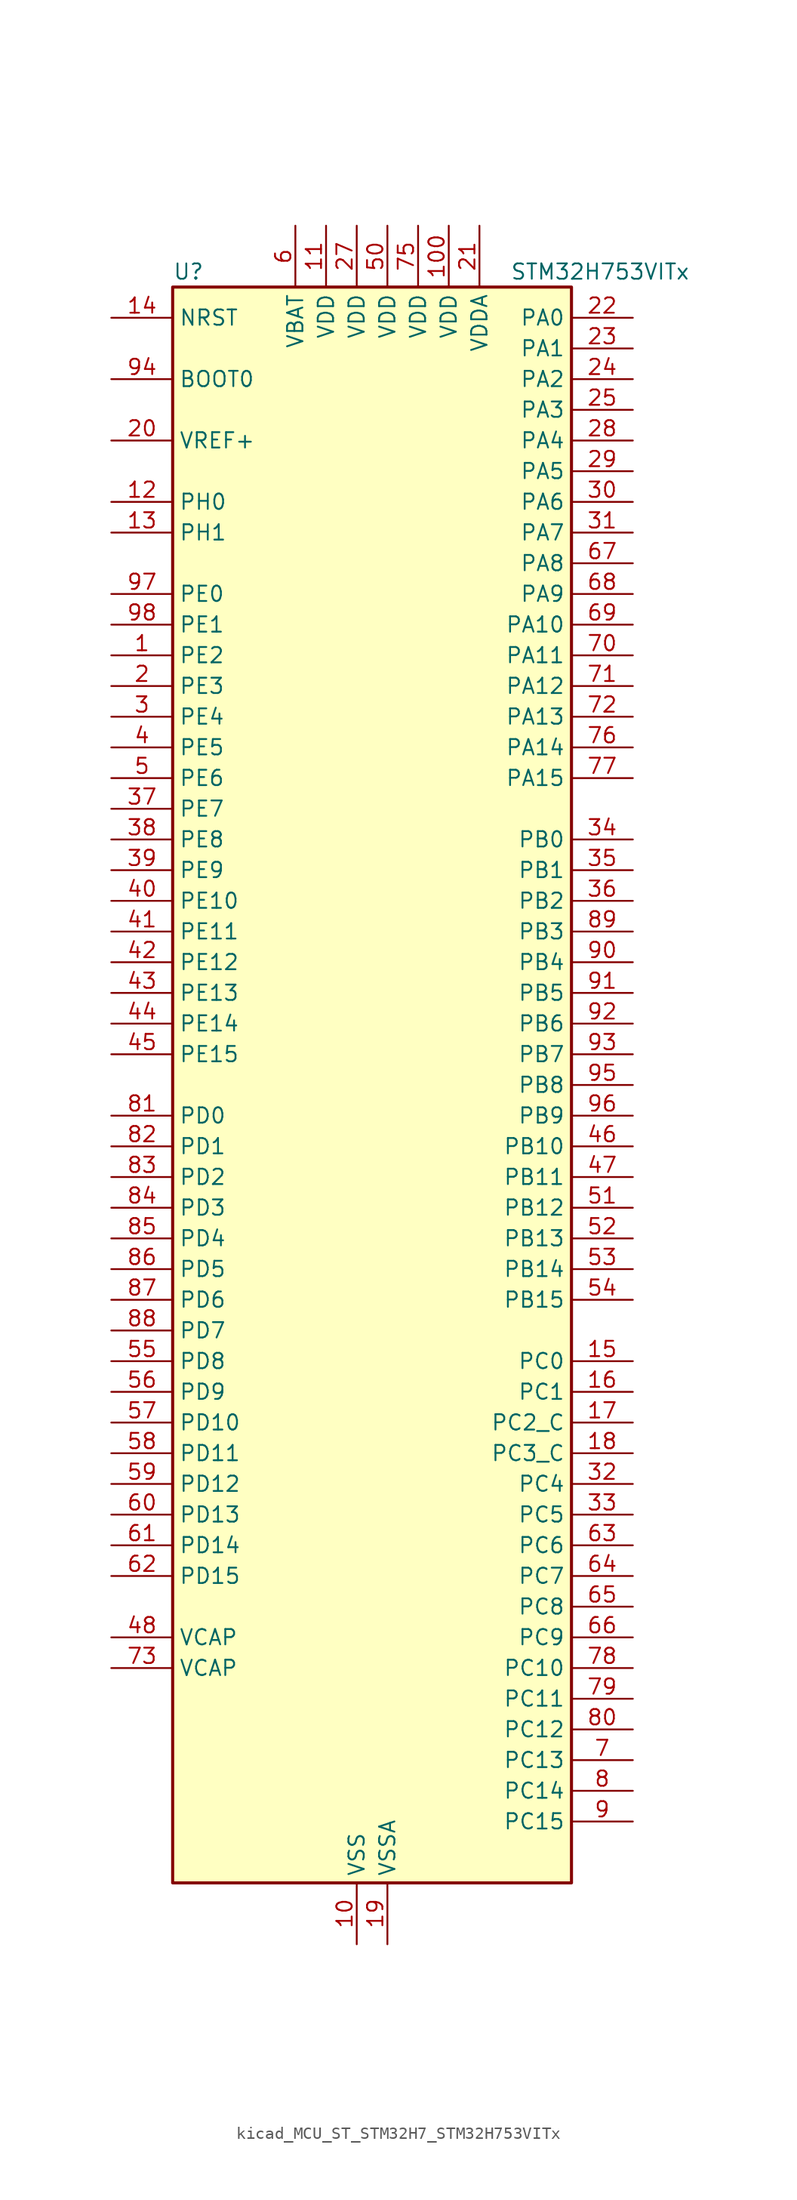
<source format=kicad_sym>
(kicad_symbol_lib
  (version 20220914)
  (generator kicad_symbol_editor)
  (symbol "kicad_MCU_ST_STM32H7_STM32H753VITx"
    (property "Reference" "U"
      (at -15.24 67.31 0)
      (effects (font (size 1.27 1.27)) (justify left)))
    (property "Value" "STM32H753VITx"
      (at 12.7 67.31 0)
      (effects (font (size 1.27 1.27)) (justify left)))
    (property "ki_locked" ""
      (at 0 0 0)
      (effects (font (size 1.27 1.27))))
    (symbol "kicad_MCU_ST_STM32H7_STM32H753VITx_0_1"
      (rectangle (start -15.24 -66.04) (end 17.78 66.04) (stroke (width 0.254) (type default)) (fill (type background))))
    (symbol "kicad_MCU_ST_STM32H7_STM32H753VITx_1_1"
      (pin bidirectional line (at -20.32 35.56 0) (length 5.08) (name "PE2" (effects (font (size 1.27 1.27)))) (number "1" (effects (font (size 1.27 1.27)))) (alternate "DEBUG_TRACECLK" bidirectional line) (alternate "ETH_TXD3" bidirectional line) (alternate "FMC_A23" bidirectional line) (alternate "QUADSPI_BK1_IO2" bidirectional line) (alternate "SAI1_CK1" bidirectional line) (alternate "SAI1_MCLK_A" bidirectional line) (alternate "SAI4_CK1" bidirectional line) (alternate "SAI4_MCLK_A" bidirectional line) (alternate "SPI4_SCK" bidirectional line))
      (pin power_in line (at 0 -71.12 90) (length 5.08) (name "VSS" (effects (font (size 1.27 1.27)))) (number "10" (effects (font (size 1.27 1.27)))))
      (pin power_in line (at 7.62 71.12 270) (length 5.08) (name "VDD" (effects (font (size 1.27 1.27)))) (number "100" (effects (font (size 1.27 1.27)))))
      (pin power_in line (at -2.54 71.12 270) (length 5.08) (name "VDD" (effects (font (size 1.27 1.27)))) (number "11" (effects (font (size 1.27 1.27)))))
      (pin bidirectional line (at -20.32 48.26 0) (length 5.08) (name "PH0" (effects (font (size 1.27 1.27)))) (number "12" (effects (font (size 1.27 1.27)))) (alternate "RCC_OSC_IN" bidirectional line))
      (pin bidirectional line (at -20.32 45.72 0) (length 5.08) (name "PH1" (effects (font (size 1.27 1.27)))) (number "13" (effects (font (size 1.27 1.27)))) (alternate "RCC_OSC_OUT" bidirectional line))
      (pin input line (at -20.32 63.5 0) (length 5.08) (name "NRST" (effects (font (size 1.27 1.27)))) (number "14" (effects (font (size 1.27 1.27)))))
      (pin bidirectional line (at 22.86 -22.86 180) (length 5.08) (name "PC0" (effects (font (size 1.27 1.27)))) (number "15" (effects (font (size 1.27 1.27)))) (alternate "ADC1_INP10" bidirectional line) (alternate "ADC2_INP10" bidirectional line) (alternate "ADC3_INP10" bidirectional line) (alternate "DFSDM1_CKIN0" bidirectional line) (alternate "DFSDM1_DATIN4" bidirectional line) (alternate "FMC_SDNWE" bidirectional line) (alternate "LTDC_R5" bidirectional line) (alternate "SAI2_FS_B" bidirectional line) (alternate "USB_OTG_HS_ULPI_STP" bidirectional line))
      (pin bidirectional line (at 22.86 -25.4 180) (length 5.08) (name "PC1" (effects (font (size 1.27 1.27)))) (number "16" (effects (font (size 1.27 1.27)))) (alternate "ADC1_INN10" bidirectional line) (alternate "ADC1_INP11" bidirectional line) (alternate "ADC2_INN10" bidirectional line) (alternate "ADC2_INP11" bidirectional line) (alternate "ADC3_INN10" bidirectional line) (alternate "ADC3_INP11" bidirectional line) (alternate "DEBUG_TRACED0" bidirectional line) (alternate "DFSDM1_CKIN4" bidirectional line) (alternate "DFSDM1_DATIN0" bidirectional line) (alternate "ETH_MDC" bidirectional line) (alternate "I2S2_SDO" bidirectional line) (alternate "MDIOS_MDC" bidirectional line) (alternate "PWR_WKUP5" bidirectional line) (alternate "RTC_TAMP3" bidirectional line) (alternate "SAI1_D1" bidirectional line) (alternate "SAI1_SD_A" bidirectional line) (alternate "SAI4_D1" bidirectional line) (alternate "SAI4_SD_A" bidirectional line) (alternate "SDMMC2_CK" bidirectional line) (alternate "SPI2_MOSI" bidirectional line))
      (pin bidirectional line (at 22.86 -27.94 180) (length 5.08) (name "PC2_C" (effects (font (size 1.27 1.27)))) (number "17" (effects (font (size 1.27 1.27)))) (alternate "ADC3_INN1" bidirectional line) (alternate "ADC3_INP0" bidirectional line) (alternate "DFSDM1_CKIN1" bidirectional line) (alternate "DFSDM1_CKOUT" bidirectional line) (alternate "ETH_TXD2" bidirectional line) (alternate "FMC_SDNE0" bidirectional line) (alternate "I2S2_SDI" bidirectional line) (alternate "PWR_CSTOP" bidirectional line) (alternate "SPI2_MISO" bidirectional line) (alternate "USB_OTG_HS_ULPI_DIR" bidirectional line))
      (pin bidirectional line (at 22.86 -30.48 180) (length 5.08) (name "PC3_C" (effects (font (size 1.27 1.27)))) (number "18" (effects (font (size 1.27 1.27)))) (alternate "ADC3_INP1" bidirectional line) (alternate "DFSDM1_DATIN1" bidirectional line) (alternate "ETH_TX_CLK" bidirectional line) (alternate "FMC_SDCKE0" bidirectional line) (alternate "I2S2_SDO" bidirectional line) (alternate "PWR_CSLEEP" bidirectional line) (alternate "SPI2_MOSI" bidirectional line) (alternate "USB_OTG_HS_ULPI_NXT" bidirectional line))
      (pin power_in line (at 2.54 -71.12 90) (length 5.08) (name "VSSA" (effects (font (size 1.27 1.27)))) (number "19" (effects (font (size 1.27 1.27)))))
      (pin bidirectional line (at -20.32 33.02 0) (length 5.08) (name "PE3" (effects (font (size 1.27 1.27)))) (number "2" (effects (font (size 1.27 1.27)))) (alternate "DEBUG_TRACED0" bidirectional line) (alternate "FMC_A19" bidirectional line) (alternate "SAI1_SD_B" bidirectional line) (alternate "SAI4_SD_B" bidirectional line) (alternate "TIM15_BKIN" bidirectional line))
      (pin input line (at -20.32 53.34 0) (length 5.08) (name "VREF+" (effects (font (size 1.27 1.27)))) (number "20" (effects (font (size 1.27 1.27)))) (alternate "VREFBUF_OUT" bidirectional line))
      (pin power_in line (at 10.16 71.12 270) (length 5.08) (name "VDDA" (effects (font (size 1.27 1.27)))) (number "21" (effects (font (size 1.27 1.27)))))
      (pin bidirectional line (at 22.86 63.5 180) (length 5.08) (name "PA0" (effects (font (size 1.27 1.27)))) (number "22" (effects (font (size 1.27 1.27)))) (alternate "ADC1_INP16" bidirectional line) (alternate "ETH_CRS" bidirectional line) (alternate "PWR_WKUP0" bidirectional line) (alternate "SAI2_SD_B" bidirectional line) (alternate "SDMMC2_CMD" bidirectional line) (alternate "TIM15_BKIN" bidirectional line) (alternate "TIM2_CH1" bidirectional line) (alternate "TIM2_ETR" bidirectional line) (alternate "TIM5_CH1" bidirectional line) (alternate "TIM8_ETR" bidirectional line) (alternate "UART4_TX" bidirectional line) (alternate "USART2_CTS" bidirectional line) (alternate "USART2_NSS" bidirectional line))
      (pin bidirectional line (at 22.86 60.96 180) (length 5.08) (name "PA1" (effects (font (size 1.27 1.27)))) (number "23" (effects (font (size 1.27 1.27)))) (alternate "ADC1_INN16" bidirectional line) (alternate "ADC1_INP17" bidirectional line) (alternate "ETH_REF_CLK" bidirectional line) (alternate "ETH_RX_CLK" bidirectional line) (alternate "LPTIM3_OUT" bidirectional line) (alternate "LTDC_R2" bidirectional line) (alternate "QUADSPI_BK1_IO3" bidirectional line) (alternate "SAI2_MCLK_B" bidirectional line) (alternate "TIM15_CH1N" bidirectional line) (alternate "TIM2_CH2" bidirectional line) (alternate "TIM5_CH2" bidirectional line) (alternate "UART4_RX" bidirectional line) (alternate "USART2_DE" bidirectional line) (alternate "USART2_RTS" bidirectional line))
      (pin bidirectional line (at 22.86 58.42 180) (length 5.08) (name "PA2" (effects (font (size 1.27 1.27)))) (number "24" (effects (font (size 1.27 1.27)))) (alternate "ADC1_INP14" bidirectional line) (alternate "ADC2_INP14" bidirectional line) (alternate "ETH_MDIO" bidirectional line) (alternate "LPTIM4_OUT" bidirectional line) (alternate "LTDC_R1" bidirectional line) (alternate "MDIOS_MDIO" bidirectional line) (alternate "PWR_WKUP1" bidirectional line) (alternate "SAI2_SCK_B" bidirectional line) (alternate "TIM15_CH1" bidirectional line) (alternate "TIM2_CH3" bidirectional line) (alternate "TIM5_CH3" bidirectional line) (alternate "USART2_TX" bidirectional line))
      (pin bidirectional line (at 22.86 55.88 180) (length 5.08) (name "PA3" (effects (font (size 1.27 1.27)))) (number "25" (effects (font (size 1.27 1.27)))) (alternate "ADC1_INP15" bidirectional line) (alternate "ADC2_INP15" bidirectional line) (alternate "ETH_COL" bidirectional line) (alternate "LPTIM5_OUT" bidirectional line) (alternate "LTDC_B2" bidirectional line) (alternate "LTDC_B5" bidirectional line) (alternate "TIM15_CH2" bidirectional line) (alternate "TIM2_CH4" bidirectional line) (alternate "TIM5_CH4" bidirectional line) (alternate "USART2_RX" bidirectional line) (alternate "USB_OTG_HS_ULPI_D0" bidirectional line))
      (pin passive line (at 0 -71.12 90) (length 5.08) hide (name "VSS" (effects (font (size 1.27 1.27)))) (number "26" (effects (font (size 1.27 1.27)))))
      (pin power_in line (at 0 71.12 270) (length 5.08) (name "VDD" (effects (font (size 1.27 1.27)))) (number "27" (effects (font (size 1.27 1.27)))))
      (pin bidirectional line (at 22.86 53.34 180) (length 5.08) (name "PA4" (effects (font (size 1.27 1.27)))) (number "28" (effects (font (size 1.27 1.27)))) (alternate "ADC1_INP18" bidirectional line) (alternate "ADC2_INP18" bidirectional line) (alternate "DAC1_OUT1" bidirectional line) (alternate "DCMI_HSYNC" bidirectional line) (alternate "I2S1_WS" bidirectional line) (alternate "I2S3_WS" bidirectional line) (alternate "LTDC_VSYNC" bidirectional line) (alternate "SPI1_NSS" bidirectional line) (alternate "SPI3_NSS" bidirectional line) (alternate "SPI6_NSS" bidirectional line) (alternate "TIM5_ETR" bidirectional line) (alternate "USART2_CK" bidirectional line) (alternate "USB_OTG_HS_SOF" bidirectional line))
      (pin bidirectional line (at 22.86 50.8 180) (length 5.08) (name "PA5" (effects (font (size 1.27 1.27)))) (number "29" (effects (font (size 1.27 1.27)))) (alternate "ADC1_INN18" bidirectional line) (alternate "ADC1_INP19" bidirectional line) (alternate "ADC2_INN18" bidirectional line) (alternate "ADC2_INP19" bidirectional line) (alternate "DAC1_OUT2" bidirectional line) (alternate "I2S1_CK" bidirectional line) (alternate "LTDC_R4" bidirectional line) (alternate "PWR_NDSTOP2" bidirectional line) (alternate "SPI1_SCK" bidirectional line) (alternate "SPI6_SCK" bidirectional line) (alternate "TIM2_CH1" bidirectional line) (alternate "TIM2_ETR" bidirectional line) (alternate "TIM8_CH1N" bidirectional line) (alternate "USB_OTG_HS_ULPI_CK" bidirectional line))
      (pin bidirectional line (at -20.32 30.48 0) (length 5.08) (name "PE4" (effects (font (size 1.27 1.27)))) (number "3" (effects (font (size 1.27 1.27)))) (alternate "DCMI_D4" bidirectional line) (alternate "DEBUG_TRACED1" bidirectional line) (alternate "DFSDM1_DATIN3" bidirectional line) (alternate "FMC_A20" bidirectional line) (alternate "LTDC_B0" bidirectional line) (alternate "SAI1_D2" bidirectional line) (alternate "SAI1_FS_A" bidirectional line) (alternate "SAI4_D2" bidirectional line) (alternate "SAI4_FS_A" bidirectional line) (alternate "SPI4_NSS" bidirectional line) (alternate "TIM15_CH1N" bidirectional line))
      (pin bidirectional line (at 22.86 48.26 180) (length 5.08) (name "PA6" (effects (font (size 1.27 1.27)))) (number "30" (effects (font (size 1.27 1.27)))) (alternate "ADC1_INP3" bidirectional line) (alternate "ADC2_INP3" bidirectional line) (alternate "DCMI_PIXCLK" bidirectional line) (alternate "I2S1_SDI" bidirectional line) (alternate "LTDC_G2" bidirectional line) (alternate "MDIOS_MDC" bidirectional line) (alternate "SPI1_MISO" bidirectional line) (alternate "SPI6_MISO" bidirectional line) (alternate "TIM13_CH1" bidirectional line) (alternate "TIM1_BKIN" bidirectional line) (alternate "TIM1_BKIN_COMP1" bidirectional line) (alternate "TIM1_BKIN_COMP2" bidirectional line) (alternate "TIM3_CH1" bidirectional line) (alternate "TIM8_BKIN" bidirectional line) (alternate "TIM8_BKIN_COMP1" bidirectional line) (alternate "TIM8_BKIN_COMP2" bidirectional line))
      (pin bidirectional line (at 22.86 45.72 180) (length 5.08) (name "PA7" (effects (font (size 1.27 1.27)))) (number "31" (effects (font (size 1.27 1.27)))) (alternate "ADC1_INN3" bidirectional line) (alternate "ADC1_INP7" bidirectional line) (alternate "ADC2_INN3" bidirectional line) (alternate "ADC2_INP7" bidirectional line) (alternate "ETH_CRS_DV" bidirectional line) (alternate "ETH_RX_DV" bidirectional line) (alternate "FMC_SDNWE" bidirectional line) (alternate "I2S1_SDO" bidirectional line) (alternate "OPAMP1_VINM" bidirectional line) (alternate "OPAMP1_VINM1" bidirectional line) (alternate "SPI1_MOSI" bidirectional line) (alternate "SPI6_MOSI" bidirectional line) (alternate "TIM14_CH1" bidirectional line) (alternate "TIM1_CH1N" bidirectional line) (alternate "TIM3_CH2" bidirectional line) (alternate "TIM8_CH1N" bidirectional line))
      (pin bidirectional line (at 22.86 -33.02 180) (length 5.08) (name "PC4" (effects (font (size 1.27 1.27)))) (number "32" (effects (font (size 1.27 1.27)))) (alternate "ADC1_INP4" bidirectional line) (alternate "ADC2_INP4" bidirectional line) (alternate "COMP1_INM" bidirectional line) (alternate "DFSDM1_CKIN2" bidirectional line) (alternate "ETH_RXD0" bidirectional line) (alternate "FMC_SDNE0" bidirectional line) (alternate "I2S1_MCK" bidirectional line) (alternate "OPAMP1_VOUT" bidirectional line) (alternate "SPDIFRX1_IN2" bidirectional line))
      (pin bidirectional line (at 22.86 -35.56 180) (length 5.08) (name "PC5" (effects (font (size 1.27 1.27)))) (number "33" (effects (font (size 1.27 1.27)))) (alternate "ADC1_INN4" bidirectional line) (alternate "ADC1_INP8" bidirectional line) (alternate "ADC2_INN4" bidirectional line) (alternate "ADC2_INP8" bidirectional line) (alternate "COMP1_OUT" bidirectional line) (alternate "DFSDM1_DATIN2" bidirectional line) (alternate "ETH_RXD1" bidirectional line) (alternate "FMC_SDCKE0" bidirectional line) (alternate "OPAMP1_VINM" bidirectional line) (alternate "OPAMP1_VINM0" bidirectional line) (alternate "SAI1_D3" bidirectional line) (alternate "SAI4_D3" bidirectional line) (alternate "SPDIFRX1_IN3" bidirectional line))
      (pin bidirectional line (at 22.86 20.32 180) (length 5.08) (name "PB0" (effects (font (size 1.27 1.27)))) (number "34" (effects (font (size 1.27 1.27)))) (alternate "ADC1_INN5" bidirectional line) (alternate "ADC1_INP9" bidirectional line) (alternate "ADC2_INN5" bidirectional line) (alternate "ADC2_INP9" bidirectional line) (alternate "COMP1_INP" bidirectional line) (alternate "DFSDM1_CKOUT" bidirectional line) (alternate "ETH_RXD2" bidirectional line) (alternate "LTDC_G1" bidirectional line) (alternate "LTDC_R3" bidirectional line) (alternate "OPAMP1_VINP" bidirectional line) (alternate "TIM1_CH2N" bidirectional line) (alternate "TIM3_CH3" bidirectional line) (alternate "TIM8_CH2N" bidirectional line) (alternate "UART4_CTS" bidirectional line) (alternate "USB_OTG_HS_ULPI_D1" bidirectional line))
      (pin bidirectional line (at 22.86 17.78 180) (length 5.08) (name "PB1" (effects (font (size 1.27 1.27)))) (number "35" (effects (font (size 1.27 1.27)))) (alternate "ADC1_INP5" bidirectional line) (alternate "ADC2_INP5" bidirectional line) (alternate "COMP1_INM" bidirectional line) (alternate "DFSDM1_DATIN1" bidirectional line) (alternate "ETH_RXD3" bidirectional line) (alternate "LTDC_G0" bidirectional line) (alternate "LTDC_R6" bidirectional line) (alternate "TIM1_CH3N" bidirectional line) (alternate "TIM3_CH4" bidirectional line) (alternate "TIM8_CH3N" bidirectional line) (alternate "USB_OTG_HS_ULPI_D2" bidirectional line))
      (pin bidirectional line (at 22.86 15.24 180) (length 5.08) (name "PB2" (effects (font (size 1.27 1.27)))) (number "36" (effects (font (size 1.27 1.27)))) (alternate "COMP1_INP" bidirectional line) (alternate "DFSDM1_CKIN1" bidirectional line) (alternate "I2S3_SDO" bidirectional line) (alternate "QUADSPI_CLK" bidirectional line) (alternate "RTC_OUT_ALARM" bidirectional line) (alternate "RTC_OUT_CALIB" bidirectional line) (alternate "SAI1_D1" bidirectional line) (alternate "SAI1_SD_A" bidirectional line) (alternate "SAI4_D1" bidirectional line) (alternate "SAI4_SD_A" bidirectional line) (alternate "SPI3_MOSI" bidirectional line))
      (pin bidirectional line (at -20.32 22.86 0) (length 5.08) (name "PE7" (effects (font (size 1.27 1.27)))) (number "37" (effects (font (size 1.27 1.27)))) (alternate "COMP2_INM" bidirectional line) (alternate "DFSDM1_DATIN2" bidirectional line) (alternate "FMC_D4" bidirectional line) (alternate "FMC_DA4" bidirectional line) (alternate "OPAMP2_VOUT" bidirectional line) (alternate "QUADSPI_BK2_IO0" bidirectional line) (alternate "TIM1_ETR" bidirectional line) (alternate "UART7_RX" bidirectional line))
      (pin bidirectional line (at -20.32 20.32 0) (length 5.08) (name "PE8" (effects (font (size 1.27 1.27)))) (number "38" (effects (font (size 1.27 1.27)))) (alternate "COMP2_OUT" bidirectional line) (alternate "DFSDM1_CKIN2" bidirectional line) (alternate "FMC_D5" bidirectional line) (alternate "FMC_DA5" bidirectional line) (alternate "OPAMP2_VINM" bidirectional line) (alternate "OPAMP2_VINM0" bidirectional line) (alternate "QUADSPI_BK2_IO1" bidirectional line) (alternate "TIM1_CH1N" bidirectional line) (alternate "UART7_TX" bidirectional line))
      (pin bidirectional line (at -20.32 17.78 0) (length 5.08) (name "PE9" (effects (font (size 1.27 1.27)))) (number "39" (effects (font (size 1.27 1.27)))) (alternate "COMP2_INP" bidirectional line) (alternate "DAC1_EXTI9" bidirectional line) (alternate "DFSDM1_CKOUT" bidirectional line) (alternate "FMC_D6" bidirectional line) (alternate "FMC_DA6" bidirectional line) (alternate "OPAMP2_VINP" bidirectional line) (alternate "QUADSPI_BK2_IO2" bidirectional line) (alternate "TIM1_CH1" bidirectional line) (alternate "UART7_DE" bidirectional line) (alternate "UART7_RTS" bidirectional line))
      (pin bidirectional line (at -20.32 27.94 0) (length 5.08) (name "PE5" (effects (font (size 1.27 1.27)))) (number "4" (effects (font (size 1.27 1.27)))) (alternate "DCMI_D6" bidirectional line) (alternate "DEBUG_TRACED2" bidirectional line) (alternate "DFSDM1_CKIN3" bidirectional line) (alternate "FMC_A21" bidirectional line) (alternate "LTDC_G0" bidirectional line) (alternate "SAI1_CK2" bidirectional line) (alternate "SAI1_SCK_A" bidirectional line) (alternate "SAI4_CK2" bidirectional line) (alternate "SAI4_SCK_A" bidirectional line) (alternate "SPI4_MISO" bidirectional line) (alternate "TIM15_CH1" bidirectional line))
      (pin bidirectional line (at -20.32 15.24 0) (length 5.08) (name "PE10" (effects (font (size 1.27 1.27)))) (number "40" (effects (font (size 1.27 1.27)))) (alternate "COMP2_INM" bidirectional line) (alternate "DFSDM1_DATIN4" bidirectional line) (alternate "FMC_D7" bidirectional line) (alternate "FMC_DA7" bidirectional line) (alternate "QUADSPI_BK2_IO3" bidirectional line) (alternate "TIM1_CH2N" bidirectional line) (alternate "UART7_CTS" bidirectional line))
      (pin bidirectional line (at -20.32 12.7 0) (length 5.08) (name "PE11" (effects (font (size 1.27 1.27)))) (number "41" (effects (font (size 1.27 1.27)))) (alternate "ADC1_EXTI11" bidirectional line) (alternate "ADC2_EXTI11" bidirectional line) (alternate "ADC3_EXTI11" bidirectional line) (alternate "COMP2_INP" bidirectional line) (alternate "DFSDM1_CKIN4" bidirectional line) (alternate "FMC_D8" bidirectional line) (alternate "FMC_DA8" bidirectional line) (alternate "LTDC_G3" bidirectional line) (alternate "SAI2_SD_B" bidirectional line) (alternate "SPI4_NSS" bidirectional line) (alternate "TIM1_CH2" bidirectional line))
      (pin bidirectional line (at -20.32 10.16 0) (length 5.08) (name "PE12" (effects (font (size 1.27 1.27)))) (number "42" (effects (font (size 1.27 1.27)))) (alternate "COMP1_OUT" bidirectional line) (alternate "DFSDM1_DATIN5" bidirectional line) (alternate "FMC_D9" bidirectional line) (alternate "FMC_DA9" bidirectional line) (alternate "LTDC_B4" bidirectional line) (alternate "SAI2_SCK_B" bidirectional line) (alternate "SPI4_SCK" bidirectional line) (alternate "TIM1_CH3N" bidirectional line))
      (pin bidirectional line (at -20.32 7.62 0) (length 5.08) (name "PE13" (effects (font (size 1.27 1.27)))) (number "43" (effects (font (size 1.27 1.27)))) (alternate "COMP2_OUT" bidirectional line) (alternate "DFSDM1_CKIN5" bidirectional line) (alternate "FMC_D10" bidirectional line) (alternate "FMC_DA10" bidirectional line) (alternate "LTDC_DE" bidirectional line) (alternate "SAI2_FS_B" bidirectional line) (alternate "SPI4_MISO" bidirectional line) (alternate "TIM1_CH3" bidirectional line))
      (pin bidirectional line (at -20.32 5.08 0) (length 5.08) (name "PE14" (effects (font (size 1.27 1.27)))) (number "44" (effects (font (size 1.27 1.27)))) (alternate "FMC_D11" bidirectional line) (alternate "FMC_DA11" bidirectional line) (alternate "LTDC_CLK" bidirectional line) (alternate "SAI2_MCLK_B" bidirectional line) (alternate "SPI4_MOSI" bidirectional line) (alternate "TIM1_CH4" bidirectional line))
      (pin bidirectional line (at -20.32 2.54 0) (length 5.08) (name "PE15" (effects (font (size 1.27 1.27)))) (number "45" (effects (font (size 1.27 1.27)))) (alternate "ADC1_EXTI15" bidirectional line) (alternate "ADC2_EXTI15" bidirectional line) (alternate "ADC3_EXTI15" bidirectional line) (alternate "FMC_D12" bidirectional line) (alternate "FMC_DA12" bidirectional line) (alternate "LTDC_R7" bidirectional line) (alternate "TIM1_BKIN" bidirectional line) (alternate "TIM1_BKIN_COMP1" bidirectional line) (alternate "TIM1_BKIN_COMP2" bidirectional line))
      (pin bidirectional line (at 22.86 -5.08 180) (length 5.08) (name "PB10" (effects (font (size 1.27 1.27)))) (number "46" (effects (font (size 1.27 1.27)))) (alternate "DFSDM1_DATIN7" bidirectional line) (alternate "ETH_RX_ER" bidirectional line) (alternate "HRTIM_SCOUT" bidirectional line) (alternate "I2C2_SCL" bidirectional line) (alternate "I2S2_CK" bidirectional line) (alternate "LPTIM2_IN1" bidirectional line) (alternate "LTDC_G4" bidirectional line) (alternate "QUADSPI_BK1_NCS" bidirectional line) (alternate "SPI2_SCK" bidirectional line) (alternate "TIM2_CH3" bidirectional line) (alternate "USART3_TX" bidirectional line) (alternate "USB_OTG_HS_ULPI_D3" bidirectional line))
      (pin bidirectional line (at 22.86 -7.62 180) (length 5.08) (name "PB11" (effects (font (size 1.27 1.27)))) (number "47" (effects (font (size 1.27 1.27)))) (alternate "ADC1_EXTI11" bidirectional line) (alternate "ADC2_EXTI11" bidirectional line) (alternate "ADC3_EXTI11" bidirectional line) (alternate "DFSDM1_CKIN7" bidirectional line) (alternate "ETH_TX_EN" bidirectional line) (alternate "HRTIM_SCIN" bidirectional line) (alternate "I2C2_SDA" bidirectional line) (alternate "LPTIM2_ETR" bidirectional line) (alternate "LTDC_G5" bidirectional line) (alternate "TIM2_CH4" bidirectional line) (alternate "USART3_RX" bidirectional line) (alternate "USB_OTG_HS_ULPI_D4" bidirectional line))
      (pin power_out line (at -20.32 -45.72 0) (length 5.08) (name "VCAP" (effects (font (size 1.27 1.27)))) (number "48" (effects (font (size 1.27 1.27)))))
      (pin passive line (at 0 -71.12 90) (length 5.08) hide (name "VSS" (effects (font (size 1.27 1.27)))) (number "49" (effects (font (size 1.27 1.27)))))
      (pin bidirectional line (at -20.32 25.4 0) (length 5.08) (name "PE6" (effects (font (size 1.27 1.27)))) (number "5" (effects (font (size 1.27 1.27)))) (alternate "DCMI_D7" bidirectional line) (alternate "DEBUG_TRACED3" bidirectional line) (alternate "FMC_A22" bidirectional line) (alternate "LTDC_G1" bidirectional line) (alternate "SAI1_D1" bidirectional line) (alternate "SAI1_SD_A" bidirectional line) (alternate "SAI2_MCLK_B" bidirectional line) (alternate "SAI4_D1" bidirectional line) (alternate "SAI4_SD_A" bidirectional line) (alternate "SPI4_MOSI" bidirectional line) (alternate "TIM15_CH2" bidirectional line) (alternate "TIM1_BKIN2" bidirectional line) (alternate "TIM1_BKIN2_COMP1" bidirectional line) (alternate "TIM1_BKIN2_COMP2" bidirectional line))
      (pin power_in line (at 2.54 71.12 270) (length 5.08) (name "VDD" (effects (font (size 1.27 1.27)))) (number "50" (effects (font (size 1.27 1.27)))))
      (pin bidirectional line (at 22.86 -10.16 180) (length 5.08) (name "PB12" (effects (font (size 1.27 1.27)))) (number "51" (effects (font (size 1.27 1.27)))) (alternate "DFSDM1_DATIN1" bidirectional line) (alternate "ETH_TXD0" bidirectional line) (alternate "FDCAN2_RX" bidirectional line) (alternate "I2C2_SMBA" bidirectional line) (alternate "I2S2_WS" bidirectional line) (alternate "SPI2_NSS" bidirectional line) (alternate "TIM1_BKIN" bidirectional line) (alternate "TIM1_BKIN_COMP1" bidirectional line) (alternate "TIM1_BKIN_COMP2" bidirectional line) (alternate "UART5_RX" bidirectional line) (alternate "USART3_CK" bidirectional line) (alternate "USB_OTG_HS_ID" bidirectional line) (alternate "USB_OTG_HS_ULPI_D5" bidirectional line))
      (pin bidirectional line (at 22.86 -12.7 180) (length 5.08) (name "PB13" (effects (font (size 1.27 1.27)))) (number "52" (effects (font (size 1.27 1.27)))) (alternate "DFSDM1_CKIN1" bidirectional line) (alternate "ETH_TXD1" bidirectional line) (alternate "FDCAN2_TX" bidirectional line) (alternate "I2S2_CK" bidirectional line) (alternate "LPTIM2_OUT" bidirectional line) (alternate "SPI2_SCK" bidirectional line) (alternate "TIM1_CH1N" bidirectional line) (alternate "UART5_TX" bidirectional line) (alternate "USART3_CTS" bidirectional line) (alternate "USART3_NSS" bidirectional line) (alternate "USB_OTG_HS_ULPI_D6" bidirectional line) (alternate "USB_OTG_HS_VBUS" bidirectional line))
      (pin bidirectional line (at 22.86 -15.24 180) (length 5.08) (name "PB14" (effects (font (size 1.27 1.27)))) (number "53" (effects (font (size 1.27 1.27)))) (alternate "DFSDM1_DATIN2" bidirectional line) (alternate "I2S2_SDI" bidirectional line) (alternate "SDMMC2_D0" bidirectional line) (alternate "SPI2_MISO" bidirectional line) (alternate "TIM12_CH1" bidirectional line) (alternate "TIM1_CH2N" bidirectional line) (alternate "TIM8_CH2N" bidirectional line) (alternate "UART4_DE" bidirectional line) (alternate "UART4_RTS" bidirectional line) (alternate "USART1_TX" bidirectional line) (alternate "USART3_DE" bidirectional line) (alternate "USART3_RTS" bidirectional line) (alternate "USB_OTG_HS_DM" bidirectional line))
      (pin bidirectional line (at 22.86 -17.78 180) (length 5.08) (name "PB15" (effects (font (size 1.27 1.27)))) (number "54" (effects (font (size 1.27 1.27)))) (alternate "ADC1_EXTI15" bidirectional line) (alternate "ADC2_EXTI15" bidirectional line) (alternate "ADC3_EXTI15" bidirectional line) (alternate "DFSDM1_CKIN2" bidirectional line) (alternate "I2S2_SDO" bidirectional line) (alternate "RTC_REFIN" bidirectional line) (alternate "SDMMC2_D1" bidirectional line) (alternate "SPI2_MOSI" bidirectional line) (alternate "TIM12_CH2" bidirectional line) (alternate "TIM1_CH3N" bidirectional line) (alternate "TIM8_CH3N" bidirectional line) (alternate "UART4_CTS" bidirectional line) (alternate "USART1_RX" bidirectional line) (alternate "USB_OTG_HS_DP" bidirectional line))
      (pin bidirectional line (at -20.32 -22.86 0) (length 5.08) (name "PD8" (effects (font (size 1.27 1.27)))) (number "55" (effects (font (size 1.27 1.27)))) (alternate "DFSDM1_CKIN3" bidirectional line) (alternate "FMC_D13" bidirectional line) (alternate "FMC_DA13" bidirectional line) (alternate "SAI3_SCK_B" bidirectional line) (alternate "SPDIFRX1_IN1" bidirectional line) (alternate "USART3_TX" bidirectional line))
      (pin bidirectional line (at -20.32 -25.4 0) (length 5.08) (name "PD9" (effects (font (size 1.27 1.27)))) (number "56" (effects (font (size 1.27 1.27)))) (alternate "DAC1_EXTI9" bidirectional line) (alternate "DFSDM1_DATIN3" bidirectional line) (alternate "FMC_D14" bidirectional line) (alternate "FMC_DA14" bidirectional line) (alternate "SAI3_SD_B" bidirectional line) (alternate "USART3_RX" bidirectional line))
      (pin bidirectional line (at -20.32 -27.94 0) (length 5.08) (name "PD10" (effects (font (size 1.27 1.27)))) (number "57" (effects (font (size 1.27 1.27)))) (alternate "DFSDM1_CKOUT" bidirectional line) (alternate "FMC_D15" bidirectional line) (alternate "FMC_DA15" bidirectional line) (alternate "LTDC_B3" bidirectional line) (alternate "SAI3_FS_B" bidirectional line) (alternate "USART3_CK" bidirectional line))
      (pin bidirectional line (at -20.32 -30.48 0) (length 5.08) (name "PD11" (effects (font (size 1.27 1.27)))) (number "58" (effects (font (size 1.27 1.27)))) (alternate "ADC1_EXTI11" bidirectional line) (alternate "ADC2_EXTI11" bidirectional line) (alternate "ADC3_EXTI11" bidirectional line) (alternate "FMC_A16" bidirectional line) (alternate "FMC_CLE" bidirectional line) (alternate "I2C4_SMBA" bidirectional line) (alternate "LPTIM2_IN2" bidirectional line) (alternate "QUADSPI_BK1_IO0" bidirectional line) (alternate "SAI2_SD_A" bidirectional line) (alternate "USART3_CTS" bidirectional line) (alternate "USART3_NSS" bidirectional line))
      (pin bidirectional line (at -20.32 -33.02 0) (length 5.08) (name "PD12" (effects (font (size 1.27 1.27)))) (number "59" (effects (font (size 1.27 1.27)))) (alternate "FMC_A17" bidirectional line) (alternate "FMC_ALE" bidirectional line) (alternate "I2C4_SCL" bidirectional line) (alternate "LPTIM1_IN1" bidirectional line) (alternate "LPTIM2_IN1" bidirectional line) (alternate "QUADSPI_BK1_IO1" bidirectional line) (alternate "SAI2_FS_A" bidirectional line) (alternate "TIM4_CH1" bidirectional line) (alternate "USART3_DE" bidirectional line) (alternate "USART3_RTS" bidirectional line))
      (pin power_in line (at -5.08 71.12 270) (length 5.08) (name "VBAT" (effects (font (size 1.27 1.27)))) (number "6" (effects (font (size 1.27 1.27)))))
      (pin bidirectional line (at -20.32 -35.56 0) (length 5.08) (name "PD13" (effects (font (size 1.27 1.27)))) (number "60" (effects (font (size 1.27 1.27)))) (alternate "FMC_A18" bidirectional line) (alternate "I2C4_SDA" bidirectional line) (alternate "LPTIM1_OUT" bidirectional line) (alternate "QUADSPI_BK1_IO3" bidirectional line) (alternate "SAI2_SCK_A" bidirectional line) (alternate "TIM4_CH2" bidirectional line))
      (pin bidirectional line (at -20.32 -38.1 0) (length 5.08) (name "PD14" (effects (font (size 1.27 1.27)))) (number "61" (effects (font (size 1.27 1.27)))) (alternate "FMC_D0" bidirectional line) (alternate "FMC_DA0" bidirectional line) (alternate "SAI3_MCLK_B" bidirectional line) (alternate "TIM4_CH3" bidirectional line) (alternate "UART8_CTS" bidirectional line))
      (pin bidirectional line (at -20.32 -40.64 0) (length 5.08) (name "PD15" (effects (font (size 1.27 1.27)))) (number "62" (effects (font (size 1.27 1.27)))) (alternate "ADC1_EXTI15" bidirectional line) (alternate "ADC2_EXTI15" bidirectional line) (alternate "ADC3_EXTI15" bidirectional line) (alternate "FMC_D1" bidirectional line) (alternate "FMC_DA1" bidirectional line) (alternate "SAI3_MCLK_A" bidirectional line) (alternate "TIM4_CH4" bidirectional line) (alternate "UART8_DE" bidirectional line) (alternate "UART8_RTS" bidirectional line))
      (pin bidirectional line (at 22.86 -38.1 180) (length 5.08) (name "PC6" (effects (font (size 1.27 1.27)))) (number "63" (effects (font (size 1.27 1.27)))) (alternate "DCMI_D0" bidirectional line) (alternate "DFSDM1_CKIN3" bidirectional line) (alternate "FMC_NWAIT" bidirectional line) (alternate "HRTIM_CHA1" bidirectional line) (alternate "I2S2_MCK" bidirectional line) (alternate "LTDC_HSYNC" bidirectional line) (alternate "SDMMC1_D0DIR" bidirectional line) (alternate "SDMMC1_D6" bidirectional line) (alternate "SDMMC2_D6" bidirectional line) (alternate "SWPMI1_IO" bidirectional line) (alternate "TIM3_CH1" bidirectional line) (alternate "TIM8_CH1" bidirectional line) (alternate "USART6_TX" bidirectional line))
      (pin bidirectional line (at 22.86 -40.64 180) (length 5.08) (name "PC7" (effects (font (size 1.27 1.27)))) (number "64" (effects (font (size 1.27 1.27)))) (alternate "DCMI_D1" bidirectional line) (alternate "DEBUG_TRGIO" bidirectional line) (alternate "DFSDM1_DATIN3" bidirectional line) (alternate "FMC_NE1" bidirectional line) (alternate "HRTIM_CHA2" bidirectional line) (alternate "I2S3_MCK" bidirectional line) (alternate "LTDC_G6" bidirectional line) (alternate "SDMMC1_D123DIR" bidirectional line) (alternate "SDMMC1_D7" bidirectional line) (alternate "SDMMC2_D7" bidirectional line) (alternate "SWPMI1_TX" bidirectional line) (alternate "TIM3_CH2" bidirectional line) (alternate "TIM8_CH2" bidirectional line) (alternate "USART6_RX" bidirectional line))
      (pin bidirectional line (at 22.86 -43.18 180) (length 5.08) (name "PC8" (effects (font (size 1.27 1.27)))) (number "65" (effects (font (size 1.27 1.27)))) (alternate "DCMI_D2" bidirectional line) (alternate "DEBUG_TRACED1" bidirectional line) (alternate "FMC_NCE" bidirectional line) (alternate "FMC_NE2" bidirectional line) (alternate "HRTIM_CHB1" bidirectional line) (alternate "SDMMC1_D0" bidirectional line) (alternate "SWPMI1_RX" bidirectional line) (alternate "TIM3_CH3" bidirectional line) (alternate "TIM8_CH3" bidirectional line) (alternate "UART5_DE" bidirectional line) (alternate "UART5_RTS" bidirectional line) (alternate "USART6_CK" bidirectional line))
      (pin bidirectional line (at 22.86 -45.72 180) (length 5.08) (name "PC9" (effects (font (size 1.27 1.27)))) (number "66" (effects (font (size 1.27 1.27)))) (alternate "DAC1_EXTI9" bidirectional line) (alternate "DCMI_D3" bidirectional line) (alternate "I2C3_SDA" bidirectional line) (alternate "I2S_CKIN" bidirectional line) (alternate "LTDC_B2" bidirectional line) (alternate "LTDC_G3" bidirectional line) (alternate "QUADSPI_BK1_IO0" bidirectional line) (alternate "RCC_MCO_2" bidirectional line) (alternate "SDMMC1_D1" bidirectional line) (alternate "SWPMI1_SUSPEND" bidirectional line) (alternate "TIM3_CH4" bidirectional line) (alternate "TIM8_CH4" bidirectional line) (alternate "UART5_CTS" bidirectional line))
      (pin bidirectional line (at 22.86 43.18 180) (length 5.08) (name "PA8" (effects (font (size 1.27 1.27)))) (number "67" (effects (font (size 1.27 1.27)))) (alternate "HRTIM_CHB2" bidirectional line) (alternate "I2C3_SCL" bidirectional line) (alternate "LTDC_B3" bidirectional line) (alternate "LTDC_R6" bidirectional line) (alternate "RCC_MCO_1" bidirectional line) (alternate "TIM1_CH1" bidirectional line) (alternate "TIM8_BKIN2" bidirectional line) (alternate "TIM8_BKIN2_COMP1" bidirectional line) (alternate "TIM8_BKIN2_COMP2" bidirectional line) (alternate "UART7_RX" bidirectional line) (alternate "USART1_CK" bidirectional line) (alternate "USB_OTG_FS_SOF" bidirectional line))
      (pin bidirectional line (at 22.86 40.64 180) (length 5.08) (name "PA9" (effects (font (size 1.27 1.27)))) (number "68" (effects (font (size 1.27 1.27)))) (alternate "DAC1_EXTI9" bidirectional line) (alternate "DCMI_D0" bidirectional line) (alternate "HRTIM_CHC1" bidirectional line) (alternate "I2C3_SMBA" bidirectional line) (alternate "I2S2_CK" bidirectional line) (alternate "LPUART1_TX" bidirectional line) (alternate "LTDC_R5" bidirectional line) (alternate "SPI2_SCK" bidirectional line) (alternate "TIM1_CH2" bidirectional line) (alternate "USART1_TX" bidirectional line) (alternate "USB_OTG_FS_VBUS" bidirectional line))
      (pin bidirectional line (at 22.86 38.1 180) (length 5.08) (name "PA10" (effects (font (size 1.27 1.27)))) (number "69" (effects (font (size 1.27 1.27)))) (alternate "DCMI_D1" bidirectional line) (alternate "HRTIM_CHC2" bidirectional line) (alternate "LPUART1_RX" bidirectional line) (alternate "LTDC_B1" bidirectional line) (alternate "LTDC_B4" bidirectional line) (alternate "MDIOS_MDIO" bidirectional line) (alternate "TIM1_CH3" bidirectional line) (alternate "USART1_RX" bidirectional line) (alternate "USB_OTG_FS_ID" bidirectional line))
      (pin bidirectional line (at 22.86 -55.88 180) (length 5.08) (name "PC13" (effects (font (size 1.27 1.27)))) (number "7" (effects (font (size 1.27 1.27)))) (alternate "PWR_WKUP2" bidirectional line) (alternate "RTC_OUT_ALARM" bidirectional line) (alternate "RTC_OUT_CALIB" bidirectional line) (alternate "RTC_TAMP1" bidirectional line) (alternate "RTC_TS" bidirectional line))
      (pin bidirectional line (at 22.86 35.56 180) (length 5.08) (name "PA11" (effects (font (size 1.27 1.27)))) (number "70" (effects (font (size 1.27 1.27)))) (alternate "ADC1_EXTI11" bidirectional line) (alternate "ADC2_EXTI11" bidirectional line) (alternate "ADC3_EXTI11" bidirectional line) (alternate "FDCAN1_RX" bidirectional line) (alternate "HRTIM_CHD1" bidirectional line) (alternate "I2S2_WS" bidirectional line) (alternate "LPUART1_CTS" bidirectional line) (alternate "LTDC_R4" bidirectional line) (alternate "SPI2_NSS" bidirectional line) (alternate "TIM1_CH4" bidirectional line) (alternate "UART4_RX" bidirectional line) (alternate "USART1_CTS" bidirectional line) (alternate "USART1_NSS" bidirectional line) (alternate "USB_OTG_FS_DM" bidirectional line))
      (pin bidirectional line (at 22.86 33.02 180) (length 5.08) (name "PA12" (effects (font (size 1.27 1.27)))) (number "71" (effects (font (size 1.27 1.27)))) (alternate "FDCAN1_TX" bidirectional line) (alternate "HRTIM_CHD2" bidirectional line) (alternate "I2S2_CK" bidirectional line) (alternate "LPUART1_DE" bidirectional line) (alternate "LPUART1_RTS" bidirectional line) (alternate "LTDC_R5" bidirectional line) (alternate "SAI2_FS_B" bidirectional line) (alternate "SPI2_SCK" bidirectional line) (alternate "TIM1_ETR" bidirectional line) (alternate "UART4_TX" bidirectional line) (alternate "USART1_DE" bidirectional line) (alternate "USART1_RTS" bidirectional line) (alternate "USB_OTG_FS_DP" bidirectional line))
      (pin bidirectional line (at 22.86 30.48 180) (length 5.08) (name "PA13" (effects (font (size 1.27 1.27)))) (number "72" (effects (font (size 1.27 1.27)))) (alternate "DEBUG_JTMS-SWDIO" bidirectional line))
      (pin power_out line (at -20.32 -48.26 0) (length 5.08) (name "VCAP" (effects (font (size 1.27 1.27)))) (number "73" (effects (font (size 1.27 1.27)))))
      (pin passive line (at 0 -71.12 90) (length 5.08) hide (name "VSS" (effects (font (size 1.27 1.27)))) (number "74" (effects (font (size 1.27 1.27)))))
      (pin power_in line (at 5.08 71.12 270) (length 5.08) (name "VDD" (effects (font (size 1.27 1.27)))) (number "75" (effects (font (size 1.27 1.27)))))
      (pin bidirectional line (at 22.86 27.94 180) (length 5.08) (name "PA14" (effects (font (size 1.27 1.27)))) (number "76" (effects (font (size 1.27 1.27)))) (alternate "DEBUG_JTCK-SWCLK" bidirectional line))
      (pin bidirectional line (at 22.86 25.4 180) (length 5.08) (name "PA15" (effects (font (size 1.27 1.27)))) (number "77" (effects (font (size 1.27 1.27)))) (alternate "ADC1_EXTI15" bidirectional line) (alternate "ADC2_EXTI15" bidirectional line) (alternate "ADC3_EXTI15" bidirectional line) (alternate "CEC" bidirectional line) (alternate "DEBUG_JTDI" bidirectional line) (alternate "HRTIM_FLT1" bidirectional line) (alternate "I2S1_WS" bidirectional line) (alternate "I2S3_WS" bidirectional line) (alternate "SPI1_NSS" bidirectional line) (alternate "SPI3_NSS" bidirectional line) (alternate "SPI6_NSS" bidirectional line) (alternate "TIM2_CH1" bidirectional line) (alternate "TIM2_ETR" bidirectional line) (alternate "UART4_DE" bidirectional line) (alternate "UART4_RTS" bidirectional line) (alternate "UART7_TX" bidirectional line))
      (pin bidirectional line (at 22.86 -48.26 180) (length 5.08) (name "PC10" (effects (font (size 1.27 1.27)))) (number "78" (effects (font (size 1.27 1.27)))) (alternate "DCMI_D8" bidirectional line) (alternate "DFSDM1_CKIN5" bidirectional line) (alternate "HRTIM_EEV1" bidirectional line) (alternate "I2S3_CK" bidirectional line) (alternate "LTDC_R2" bidirectional line) (alternate "QUADSPI_BK1_IO1" bidirectional line) (alternate "SDMMC1_D2" bidirectional line) (alternate "SPI3_SCK" bidirectional line) (alternate "UART4_TX" bidirectional line) (alternate "USART3_TX" bidirectional line))
      (pin bidirectional line (at 22.86 -50.8 180) (length 5.08) (name "PC11" (effects (font (size 1.27 1.27)))) (number "79" (effects (font (size 1.27 1.27)))) (alternate "ADC1_EXTI11" bidirectional line) (alternate "ADC2_EXTI11" bidirectional line) (alternate "ADC3_EXTI11" bidirectional line) (alternate "DCMI_D4" bidirectional line) (alternate "DFSDM1_DATIN5" bidirectional line) (alternate "HRTIM_FLT2" bidirectional line) (alternate "I2S3_SDI" bidirectional line) (alternate "QUADSPI_BK2_NCS" bidirectional line) (alternate "SDMMC1_D3" bidirectional line) (alternate "SPI3_MISO" bidirectional line) (alternate "UART4_RX" bidirectional line) (alternate "USART3_RX" bidirectional line))
      (pin bidirectional line (at 22.86 -58.42 180) (length 5.08) (name "PC14" (effects (font (size 1.27 1.27)))) (number "8" (effects (font (size 1.27 1.27)))) (alternate "RCC_OSC32_IN" bidirectional line))
      (pin bidirectional line (at 22.86 -53.34 180) (length 5.08) (name "PC12" (effects (font (size 1.27 1.27)))) (number "80" (effects (font (size 1.27 1.27)))) (alternate "DCMI_D9" bidirectional line) (alternate "DEBUG_TRACED3" bidirectional line) (alternate "HRTIM_EEV2" bidirectional line) (alternate "I2S3_SDO" bidirectional line) (alternate "SDMMC1_CK" bidirectional line) (alternate "SPI3_MOSI" bidirectional line) (alternate "UART5_TX" bidirectional line) (alternate "USART3_CK" bidirectional line))
      (pin bidirectional line (at -20.32 -2.54 0) (length 5.08) (name "PD0" (effects (font (size 1.27 1.27)))) (number "81" (effects (font (size 1.27 1.27)))) (alternate "DFSDM1_CKIN6" bidirectional line) (alternate "FDCAN1_RX" bidirectional line) (alternate "FMC_D2" bidirectional line) (alternate "FMC_DA2" bidirectional line) (alternate "SAI3_SCK_A" bidirectional line) (alternate "UART4_RX" bidirectional line))
      (pin bidirectional line (at -20.32 -5.08 0) (length 5.08) (name "PD1" (effects (font (size 1.27 1.27)))) (number "82" (effects (font (size 1.27 1.27)))) (alternate "DFSDM1_DATIN6" bidirectional line) (alternate "FDCAN1_TX" bidirectional line) (alternate "FMC_D3" bidirectional line) (alternate "FMC_DA3" bidirectional line) (alternate "SAI3_SD_A" bidirectional line) (alternate "UART4_TX" bidirectional line))
      (pin bidirectional line (at -20.32 -7.62 0) (length 5.08) (name "PD2" (effects (font (size 1.27 1.27)))) (number "83" (effects (font (size 1.27 1.27)))) (alternate "DCMI_D11" bidirectional line) (alternate "DEBUG_TRACED2" bidirectional line) (alternate "SDMMC1_CMD" bidirectional line) (alternate "TIM3_ETR" bidirectional line) (alternate "UART5_RX" bidirectional line))
      (pin bidirectional line (at -20.32 -10.16 0) (length 5.08) (name "PD3" (effects (font (size 1.27 1.27)))) (number "84" (effects (font (size 1.27 1.27)))) (alternate "DCMI_D5" bidirectional line) (alternate "DFSDM1_CKOUT" bidirectional line) (alternate "FMC_CLK" bidirectional line) (alternate "I2S2_CK" bidirectional line) (alternate "LTDC_G7" bidirectional line) (alternate "SPI2_SCK" bidirectional line) (alternate "USART2_CTS" bidirectional line) (alternate "USART2_NSS" bidirectional line))
      (pin bidirectional line (at -20.32 -12.7 0) (length 5.08) (name "PD4" (effects (font (size 1.27 1.27)))) (number "85" (effects (font (size 1.27 1.27)))) (alternate "FMC_NOE" bidirectional line) (alternate "HRTIM_FLT3" bidirectional line) (alternate "SAI3_FS_A" bidirectional line) (alternate "USART2_DE" bidirectional line) (alternate "USART2_RTS" bidirectional line))
      (pin bidirectional line (at -20.32 -15.24 0) (length 5.08) (name "PD5" (effects (font (size 1.27 1.27)))) (number "86" (effects (font (size 1.27 1.27)))) (alternate "FMC_NWE" bidirectional line) (alternate "HRTIM_EEV3" bidirectional line) (alternate "USART2_TX" bidirectional line))
      (pin bidirectional line (at -20.32 -17.78 0) (length 5.08) (name "PD6" (effects (font (size 1.27 1.27)))) (number "87" (effects (font (size 1.27 1.27)))) (alternate "DCMI_D10" bidirectional line) (alternate "DFSDM1_CKIN4" bidirectional line) (alternate "DFSDM1_DATIN1" bidirectional line) (alternate "FMC_NWAIT" bidirectional line) (alternate "I2S3_SDO" bidirectional line) (alternate "LTDC_B2" bidirectional line) (alternate "SAI1_D1" bidirectional line) (alternate "SAI1_SD_A" bidirectional line) (alternate "SAI4_D1" bidirectional line) (alternate "SAI4_SD_A" bidirectional line) (alternate "SDMMC2_CK" bidirectional line) (alternate "SPI3_MOSI" bidirectional line) (alternate "USART2_RX" bidirectional line))
      (pin bidirectional line (at -20.32 -20.32 0) (length 5.08) (name "PD7" (effects (font (size 1.27 1.27)))) (number "88" (effects (font (size 1.27 1.27)))) (alternate "DFSDM1_CKIN1" bidirectional line) (alternate "DFSDM1_DATIN4" bidirectional line) (alternate "FMC_NE1" bidirectional line) (alternate "I2S1_SDO" bidirectional line) (alternate "SDMMC2_CMD" bidirectional line) (alternate "SPDIFRX1_IN0" bidirectional line) (alternate "SPI1_MOSI" bidirectional line) (alternate "USART2_CK" bidirectional line))
      (pin bidirectional line (at 22.86 12.7 180) (length 5.08) (name "PB3" (effects (font (size 1.27 1.27)))) (number "89" (effects (font (size 1.27 1.27)))) (alternate "CRS_SYNC" bidirectional line) (alternate "DEBUG_JTDO-SWO" bidirectional line) (alternate "HRTIM_FLT4" bidirectional line) (alternate "I2S1_CK" bidirectional line) (alternate "I2S3_CK" bidirectional line) (alternate "SDMMC2_D2" bidirectional line) (alternate "SPI1_SCK" bidirectional line) (alternate "SPI3_SCK" bidirectional line) (alternate "SPI6_SCK" bidirectional line) (alternate "TIM2_CH2" bidirectional line) (alternate "UART7_RX" bidirectional line))
      (pin bidirectional line (at 22.86 -60.96 180) (length 5.08) (name "PC15" (effects (font (size 1.27 1.27)))) (number "9" (effects (font (size 1.27 1.27)))) (alternate "ADC1_EXTI15" bidirectional line) (alternate "ADC2_EXTI15" bidirectional line) (alternate "ADC3_EXTI15" bidirectional line) (alternate "RCC_OSC32_OUT" bidirectional line))
      (pin bidirectional line (at 22.86 10.16 180) (length 5.08) (name "PB4" (effects (font (size 1.27 1.27)))) (number "90" (effects (font (size 1.27 1.27)))) (alternate "DEBUG_JTRST" bidirectional line) (alternate "HRTIM_EEV6" bidirectional line) (alternate "I2S1_SDI" bidirectional line) (alternate "I2S2_WS" bidirectional line) (alternate "I2S3_SDI" bidirectional line) (alternate "SDMMC2_D3" bidirectional line) (alternate "SPI1_MISO" bidirectional line) (alternate "SPI2_NSS" bidirectional line) (alternate "SPI3_MISO" bidirectional line) (alternate "SPI6_MISO" bidirectional line) (alternate "TIM16_BKIN" bidirectional line) (alternate "TIM3_CH1" bidirectional line) (alternate "UART7_TX" bidirectional line))
      (pin bidirectional line (at 22.86 7.62 180) (length 5.08) (name "PB5" (effects (font (size 1.27 1.27)))) (number "91" (effects (font (size 1.27 1.27)))) (alternate "DCMI_D10" bidirectional line) (alternate "ETH_PPS_OUT" bidirectional line) (alternate "FDCAN2_RX" bidirectional line) (alternate "FMC_SDCKE1" bidirectional line) (alternate "HRTIM_EEV7" bidirectional line) (alternate "I2C1_SMBA" bidirectional line) (alternate "I2C4_SMBA" bidirectional line) (alternate "I2S1_SDO" bidirectional line) (alternate "I2S3_SDO" bidirectional line) (alternate "SPI1_MOSI" bidirectional line) (alternate "SPI3_MOSI" bidirectional line) (alternate "SPI6_MOSI" bidirectional line) (alternate "TIM17_BKIN" bidirectional line) (alternate "TIM3_CH2" bidirectional line) (alternate "UART5_RX" bidirectional line) (alternate "USB_OTG_HS_ULPI_D7" bidirectional line))
      (pin bidirectional line (at 22.86 5.08 180) (length 5.08) (name "PB6" (effects (font (size 1.27 1.27)))) (number "92" (effects (font (size 1.27 1.27)))) (alternate "CEC" bidirectional line) (alternate "DCMI_D5" bidirectional line) (alternate "DFSDM1_DATIN5" bidirectional line) (alternate "FDCAN2_TX" bidirectional line) (alternate "FMC_SDNE1" bidirectional line) (alternate "HRTIM_EEV8" bidirectional line) (alternate "I2C1_SCL" bidirectional line) (alternate "I2C4_SCL" bidirectional line) (alternate "LPUART1_TX" bidirectional line) (alternate "QUADSPI_BK1_NCS" bidirectional line) (alternate "TIM16_CH1N" bidirectional line) (alternate "TIM4_CH1" bidirectional line) (alternate "UART5_TX" bidirectional line) (alternate "USART1_TX" bidirectional line))
      (pin bidirectional line (at 22.86 2.54 180) (length 5.08) (name "PB7" (effects (font (size 1.27 1.27)))) (number "93" (effects (font (size 1.27 1.27)))) (alternate "DCMI_VSYNC" bidirectional line) (alternate "DFSDM1_CKIN5" bidirectional line) (alternate "FMC_NL" bidirectional line) (alternate "HRTIM_EEV9" bidirectional line) (alternate "I2C1_SDA" bidirectional line) (alternate "I2C4_SDA" bidirectional line) (alternate "LPUART1_RX" bidirectional line) (alternate "PWR_PVD_IN" bidirectional line) (alternate "TIM17_CH1N" bidirectional line) (alternate "TIM4_CH2" bidirectional line) (alternate "USART1_RX" bidirectional line))
      (pin input line (at -20.32 58.42 0) (length 5.08) (name "BOOT0" (effects (font (size 1.27 1.27)))) (number "94" (effects (font (size 1.27 1.27)))))
      (pin bidirectional line (at 22.86 0 180) (length 5.08) (name "PB8" (effects (font (size 1.27 1.27)))) (number "95" (effects (font (size 1.27 1.27)))) (alternate "DCMI_D6" bidirectional line) (alternate "DFSDM1_CKIN7" bidirectional line) (alternate "ETH_TXD3" bidirectional line) (alternate "FDCAN1_RX" bidirectional line) (alternate "I2C1_SCL" bidirectional line) (alternate "I2C4_SCL" bidirectional line) (alternate "LTDC_B6" bidirectional line) (alternate "SDMMC1_CKIN" bidirectional line) (alternate "SDMMC1_D4" bidirectional line) (alternate "SDMMC2_D4" bidirectional line) (alternate "TIM16_CH1" bidirectional line) (alternate "TIM4_CH3" bidirectional line) (alternate "UART4_RX" bidirectional line))
      (pin bidirectional line (at 22.86 -2.54 180) (length 5.08) (name "PB9" (effects (font (size 1.27 1.27)))) (number "96" (effects (font (size 1.27 1.27)))) (alternate "DAC1_EXTI9" bidirectional line) (alternate "DCMI_D7" bidirectional line) (alternate "DFSDM1_DATIN7" bidirectional line) (alternate "FDCAN1_TX" bidirectional line) (alternate "I2C1_SDA" bidirectional line) (alternate "I2C4_SDA" bidirectional line) (alternate "I2C4_SMBA" bidirectional line) (alternate "I2S2_WS" bidirectional line) (alternate "LTDC_B7" bidirectional line) (alternate "SDMMC1_CDIR" bidirectional line) (alternate "SDMMC1_D5" bidirectional line) (alternate "SDMMC2_D5" bidirectional line) (alternate "SPI2_NSS" bidirectional line) (alternate "TIM17_CH1" bidirectional line) (alternate "TIM4_CH4" bidirectional line) (alternate "UART4_TX" bidirectional line))
      (pin bidirectional line (at -20.32 40.64 0) (length 5.08) (name "PE0" (effects (font (size 1.27 1.27)))) (number "97" (effects (font (size 1.27 1.27)))) (alternate "DCMI_D2" bidirectional line) (alternate "FMC_NBL0" bidirectional line) (alternate "HRTIM_SCIN" bidirectional line) (alternate "LPTIM1_ETR" bidirectional line) (alternate "LPTIM2_ETR" bidirectional line) (alternate "SAI2_MCLK_A" bidirectional line) (alternate "TIM4_ETR" bidirectional line) (alternate "UART8_RX" bidirectional line))
      (pin bidirectional line (at -20.32 38.1 0) (length 5.08) (name "PE1" (effects (font (size 1.27 1.27)))) (number "98" (effects (font (size 1.27 1.27)))) (alternate "DCMI_D3" bidirectional line) (alternate "FMC_NBL1" bidirectional line) (alternate "HRTIM_SCOUT" bidirectional line) (alternate "LPTIM1_IN2" bidirectional line) (alternate "UART8_TX" bidirectional line))
      (pin passive line (at 0 -71.12 90) (length 5.08) hide (name "VSS" (effects (font (size 1.27 1.27)))) (number "99" (effects (font (size 1.27 1.27))))))))
</source>
